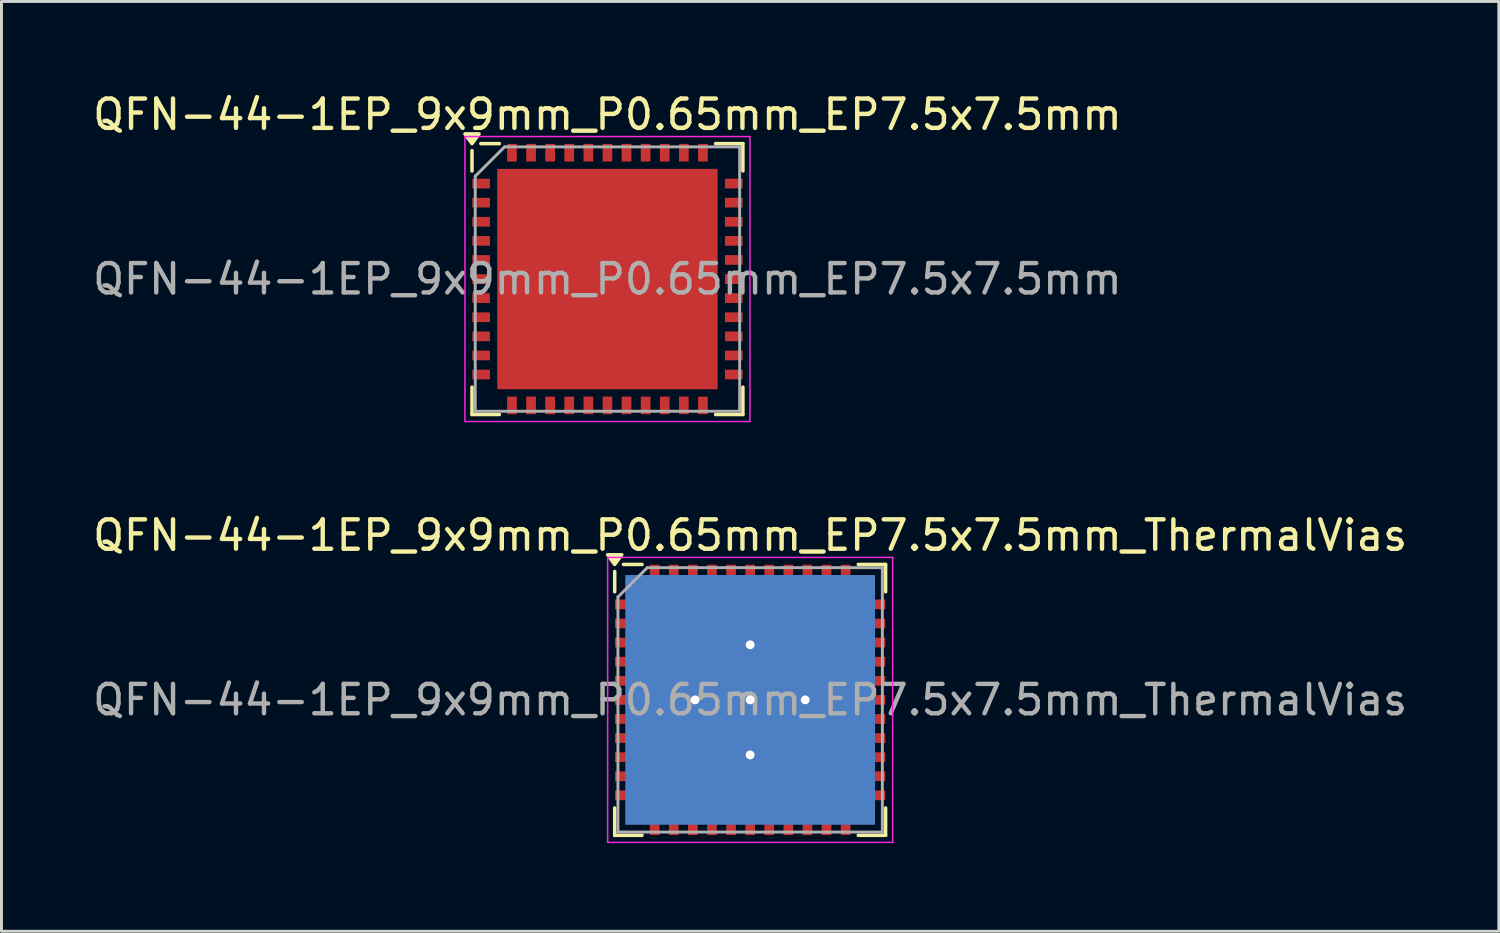
<source format=kicad_pcb>
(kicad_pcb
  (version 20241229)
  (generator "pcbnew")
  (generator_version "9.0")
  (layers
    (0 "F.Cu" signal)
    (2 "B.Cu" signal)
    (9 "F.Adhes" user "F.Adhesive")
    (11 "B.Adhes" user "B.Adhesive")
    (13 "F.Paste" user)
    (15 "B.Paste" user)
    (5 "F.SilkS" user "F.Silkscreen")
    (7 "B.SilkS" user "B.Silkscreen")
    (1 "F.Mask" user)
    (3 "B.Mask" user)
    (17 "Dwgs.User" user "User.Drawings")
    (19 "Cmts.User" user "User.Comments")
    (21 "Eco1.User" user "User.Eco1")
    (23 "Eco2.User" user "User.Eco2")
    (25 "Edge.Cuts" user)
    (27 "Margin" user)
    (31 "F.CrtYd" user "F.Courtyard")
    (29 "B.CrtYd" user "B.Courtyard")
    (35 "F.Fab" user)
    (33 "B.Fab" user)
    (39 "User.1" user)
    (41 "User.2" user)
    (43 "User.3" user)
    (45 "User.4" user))
  (footprint "QFN-44-1EP_9x9mm_P0.65mm_EP7.5x7.5mm"
    (layer "F.Cu")
    (at 17.625 6.448)
    (property "Reference" "QFN-44-1EP_9x9mm_P0.65mm_EP7.5x7.5mm" (at 0 -5.6 0) (layer "F.SilkS") (effects (font (size 1 1) (thickness 0.15))))
    (attr smd)
    (fp_line (start -4.61 -4.37) (end -4.61 -3.68) (stroke (width 0.12) (type solid)) (layer "F.SilkS"))
    (fp_line (start -4.61 4.61) (end -4.61 3.68) (stroke (width 0.12) (type solid)) (layer "F.SilkS"))
    (fp_line (start -3.68 -4.61) (end -4.31 -4.61) (stroke (width 0.12) (type solid)) (layer "F.SilkS"))
    (fp_line (start -3.68 4.61) (end -4.61 4.61) (stroke (width 0.12) (type solid)) (layer "F.SilkS"))
    (fp_line (start 3.68 -4.61) (end 4.61 -4.61) (stroke (width 0.12) (type solid)) (layer "F.SilkS"))
    (fp_line (start 3.68 4.61) (end 4.61 4.61) (stroke (width 0.12) (type solid)) (layer "F.SilkS"))
    (fp_line (start 4.61 -4.61) (end 4.61 -3.68) (stroke (width 0.12) (type solid)) (layer "F.SilkS"))
    (fp_line (start 4.61 4.61) (end 4.61 3.68) (stroke (width 0.12) (type solid)) (layer "F.SilkS"))
    (fp_poly (pts (xy -4.61 -4.61) (xy -4.85 -4.94) (xy -4.37 -4.94) (xy -4.61 -4.61)) (stroke (width 0.12) (type solid)) (fill yes) (layer "F.SilkS"))
    (fp_line (start -4.85 -4.85) (end -4.85 4.85) (stroke (width 0.05) (type solid)) (layer "F.CrtYd"))
    (fp_line (start -4.85 4.85) (end 4.85 4.85) (stroke (width 0.05) (type solid)) (layer "F.CrtYd"))
    (fp_line (start 4.85 -4.85) (end -4.85 -4.85) (stroke (width 0.05) (type solid)) (layer "F.CrtYd"))
    (fp_line (start 4.85 4.85) (end 4.85 -4.85) (stroke (width 0.05) (type solid)) (layer "F.CrtYd"))
    (fp_line (start -4.5 -3.5) (end -3.5 -4.5) (stroke (width 0.1) (type solid)) (layer "F.Fab"))
    (fp_line (start -4.5 4.5) (end -4.5 -3.5) (stroke (width 0.1) (type solid)) (layer "F.Fab"))
    (fp_line (start -3.5 -4.5) (end 4.5 -4.5) (stroke (width 0.1) (type solid)) (layer "F.Fab"))
    (fp_line (start 4.5 -4.5) (end 4.5 4.5) (stroke (width 0.1) (type solid)) (layer "F.Fab"))
    (fp_line (start 4.5 4.5) (end -4.5 4.5) (stroke (width 0.1) (type solid)) (layer "F.Fab"))
    (fp_text user "${REFERENCE}" (at 0 0 0) (layer "F.Fab") (effects (font (size 1 1) (thickness 0.15))))
    (pad "" smd rect (at -1.875 -1.875) (size 2.65 2.65) (layers "F.Paste"))
    (pad "" smd rect (at -1.875 1.875) (size 2.65 2.65) (layers "F.Paste"))
    (pad "" smd rect (at 1.875 -1.875) (size 2.65 2.65) (layers "F.Paste"))
    (pad "" smd rect (at 1.875 1.875) (size 2.65 2.65) (layers "F.Paste"))
    (pad "1" smd rect (at -4.3 -3.25) (size 0.6 0.33) (layers "F.Cu" "F.Mask" "F.Paste"))
    (pad "2" smd rect (at -4.3 -2.6) (size 0.6 0.33) (layers "F.Cu" "F.Mask" "F.Paste"))
    (pad "3" smd rect (at -4.3 -1.95) (size 0.6 0.33) (layers "F.Cu" "F.Mask" "F.Paste"))
    (pad "4" smd rect (at -4.3 -1.3) (size 0.6 0.33) (layers "F.Cu" "F.Mask" "F.Paste"))
    (pad "5" smd rect (at -4.3 -0.65) (size 0.6 0.33) (layers "F.Cu" "F.Mask" "F.Paste"))
    (pad "6" smd rect (at -4.3 0) (size 0.6 0.33) (layers "F.Cu" "F.Mask" "F.Paste"))
    (pad "7" smd rect (at -4.3 0.65) (size 0.6 0.33) (layers "F.Cu" "F.Mask" "F.Paste"))
    (pad "8" smd rect (at -4.3 1.3) (size 0.6 0.33) (layers "F.Cu" "F.Mask" "F.Paste"))
    (pad "9" smd rect (at -4.3 1.95) (size 0.6 0.33) (layers "F.Cu" "F.Mask" "F.Paste"))
    (pad "10" smd rect (at -4.3 2.6) (size 0.6 0.33) (layers "F.Cu" "F.Mask" "F.Paste"))
    (pad "11" smd rect (at -4.3 3.25) (size 0.6 0.33) (layers "F.Cu" "F.Mask" "F.Paste"))
    (pad "12" smd rect (at -3.25 4.3 90) (size 0.6 0.33) (layers "F.Cu" "F.Mask" "F.Paste"))
    (pad "13" smd rect (at -2.6 4.3 90) (size 0.6 0.33) (layers "F.Cu" "F.Mask" "F.Paste"))
    (pad "14" smd rect (at -1.95 4.3 90) (size 0.6 0.33) (layers "F.Cu" "F.Mask" "F.Paste"))
    (pad "15" smd rect (at -1.3 4.3 90) (size 0.6 0.33) (layers "F.Cu" "F.Mask" "F.Paste"))
    (pad "16" smd rect (at -0.65 4.3 90) (size 0.6 0.33) (layers "F.Cu" "F.Mask" "F.Paste"))
    (pad "17" smd rect (at 0 4.3 90) (size 0.6 0.33) (layers "F.Cu" "F.Mask" "F.Paste"))
    (pad "18" smd rect (at 0.65 4.3 90) (size 0.6 0.33) (layers "F.Cu" "F.Mask" "F.Paste"))
    (pad "19" smd rect (at 1.3 4.3 90) (size 0.6 0.33) (layers "F.Cu" "F.Mask" "F.Paste"))
    (pad "20" smd rect (at 1.95 4.3 90) (size 0.6 0.33) (layers "F.Cu" "F.Mask" "F.Paste"))
    (pad "21" smd rect (at 2.6 4.3 90) (size 0.6 0.33) (layers "F.Cu" "F.Mask" "F.Paste"))
    (pad "22" smd rect (at 3.25 4.3 90) (size 0.6 0.33) (layers "F.Cu" "F.Mask" "F.Paste"))
    (pad "23" smd rect (at 4.3 3.25) (size 0.6 0.33) (layers "F.Cu" "F.Mask" "F.Paste"))
    (pad "24" smd rect (at 4.3 2.6) (size 0.6 0.33) (layers "F.Cu" "F.Mask" "F.Paste"))
    (pad "25" smd rect (at 4.3 1.95) (size 0.6 0.33) (layers "F.Cu" "F.Mask" "F.Paste"))
    (pad "26" smd rect (at 4.3 1.3) (size 0.6 0.33) (layers "F.Cu" "F.Mask" "F.Paste"))
    (pad "27" smd rect (at 4.3 0.65) (size 0.6 0.33) (layers "F.Cu" "F.Mask" "F.Paste"))
    (pad "28" smd rect (at 4.3 0) (size 0.6 0.33) (layers "F.Cu" "F.Mask" "F.Paste"))
    (pad "29" smd rect (at 4.3 -0.65) (size 0.6 0.33) (layers "F.Cu" "F.Mask" "F.Paste"))
    (pad "30" smd rect (at 4.3 -1.3) (size 0.6 0.33) (layers "F.Cu" "F.Mask" "F.Paste"))
    (pad "31" smd rect (at 4.3 -1.95) (size 0.6 0.33) (layers "F.Cu" "F.Mask" "F.Paste"))
    (pad "32" smd rect (at 4.3 -2.6) (size 0.6 0.33) (layers "F.Cu" "F.Mask" "F.Paste"))
    (pad "33" smd rect (at 4.3 -3.25) (size 0.6 0.33) (layers "F.Cu" "F.Mask" "F.Paste"))
    (pad "34" smd rect (at 3.25 -4.3 90) (size 0.6 0.33) (layers "F.Cu" "F.Mask" "F.Paste"))
    (pad "35" smd rect (at 2.6 -4.3 90) (size 0.6 0.33) (layers "F.Cu" "F.Mask" "F.Paste"))
    (pad "36" smd rect (at 1.95 -4.3 90) (size 0.6 0.33) (layers "F.Cu" "F.Mask" "F.Paste"))
    (pad "37" smd rect (at 1.3 -4.3 90) (size 0.6 0.33) (layers "F.Cu" "F.Mask" "F.Paste"))
    (pad "38" smd rect (at 0.65 -4.3 90) (size 0.6 0.33) (layers "F.Cu" "F.Mask" "F.Paste"))
    (pad "39" smd rect (at 0 -4.3 90) (size 0.6 0.33) (layers "F.Cu" "F.Mask" "F.Paste"))
    (pad "40" smd rect (at -0.65 -4.3 90) (size 0.6 0.33) (layers "F.Cu" "F.Mask" "F.Paste"))
    (pad "41" smd rect (at -1.3 -4.3 90) (size 0.6 0.33) (layers "F.Cu" "F.Mask" "F.Paste"))
    (pad "42" smd rect (at -1.95 -4.3 90) (size 0.6 0.33) (layers "F.Cu" "F.Mask" "F.Paste"))
    (pad "43" smd rect (at -2.6 -4.3 90) (size 0.6 0.33) (layers "F.Cu" "F.Mask" "F.Paste"))
    (pad "44" smd rect (at -3.25 -4.3 90) (size 0.6 0.33) (layers "F.Cu" "F.Mask" "F.Paste"))
    (pad "45" smd rect (at 0 0) (size 7.5 7.5) (layers "F.Cu" "F.Mask")))
  (footprint "QFN-44-1EP_9x9mm_P0.65mm_EP7.5x7.5mm_ThermalVias"
    (layer "F.Cu")
    (at 22.482 20.771)
    (property "Reference" "QFN-44-1EP_9x9mm_P0.65mm_EP7.5x7.5mm_ThermalVias" (at 0 -5.6 0) (layer "F.SilkS") (effects (font (size 1 1) (thickness 0.15))))
    (attr smd)
    (fp_line (start -4.61 -4.37) (end -4.61 -3.68) (stroke (width 0.12) (type solid)) (layer "F.SilkS"))
    (fp_line (start -4.61 4.61) (end -4.61 3.68) (stroke (width 0.12) (type solid)) (layer "F.SilkS"))
    (fp_line (start -3.68 -4.61) (end -4.31 -4.61) (stroke (width 0.12) (type solid)) (layer "F.SilkS"))
    (fp_line (start -3.68 4.61) (end -4.61 4.61) (stroke (width 0.12) (type solid)) (layer "F.SilkS"))
    (fp_line (start 3.68 -4.61) (end 4.61 -4.61) (stroke (width 0.12) (type solid)) (layer "F.SilkS"))
    (fp_line (start 3.68 4.61) (end 4.61 4.61) (stroke (width 0.12) (type solid)) (layer "F.SilkS"))
    (fp_line (start 4.61 -4.61) (end 4.61 -3.68) (stroke (width 0.12) (type solid)) (layer "F.SilkS"))
    (fp_line (start 4.61 4.61) (end 4.61 3.68) (stroke (width 0.12) (type solid)) (layer "F.SilkS"))
    (fp_poly (pts (xy -4.61 -4.61) (xy -4.85 -4.94) (xy -4.37 -4.94) (xy -4.61 -4.61)) (stroke (width 0.12) (type solid)) (fill yes) (layer "F.SilkS"))
    (fp_line (start -4.85 -4.85) (end -4.85 4.85) (stroke (width 0.05) (type solid)) (layer "F.CrtYd"))
    (fp_line (start -4.85 4.85) (end 4.85 4.85) (stroke (width 0.05) (type solid)) (layer "F.CrtYd"))
    (fp_line (start 4.85 -4.85) (end -4.85 -4.85) (stroke (width 0.05) (type solid)) (layer "F.CrtYd"))
    (fp_line (start 4.85 4.85) (end 4.85 -4.85) (stroke (width 0.05) (type solid)) (layer "F.CrtYd"))
    (fp_line (start -4.5 -3.5) (end -3.5 -4.5) (stroke (width 0.1) (type solid)) (layer "F.Fab"))
    (fp_line (start -4.5 4.5) (end -4.5 -3.5) (stroke (width 0.1) (type solid)) (layer "F.Fab"))
    (fp_line (start -3.5 -4.5) (end 4.5 -4.5) (stroke (width 0.1) (type solid)) (layer "F.Fab"))
    (fp_line (start 4.5 -4.5) (end 4.5 4.5) (stroke (width 0.1) (type solid)) (layer "F.Fab"))
    (fp_line (start 4.5 4.5) (end -4.5 4.5) (stroke (width 0.1) (type solid)) (layer "F.Fab"))
    (fp_text user "${REFERENCE}" (at 0 0 0) (layer "F.Fab") (effects (font (size 1 1) (thickness 0.15))))
    (pad "" smd rect (at -1.875 -1.875) (size 2.65 2.65) (layers "F.Paste"))
    (pad "" smd rect (at -1.875 1.875) (size 2.65 2.65) (layers "F.Paste"))
    (pad "" smd rect (at 1.875 -1.875) (size 2.65 2.65) (layers "F.Paste"))
    (pad "" smd rect (at 1.875 1.875) (size 2.65 2.65) (layers "F.Paste"))
    (pad "1" smd rect (at -4.3 -3.25) (size 0.6 0.33) (layers "F.Cu" "F.Mask" "F.Paste"))
    (pad "2" smd rect (at -4.3 -2.6) (size 0.6 0.33) (layers "F.Cu" "F.Mask" "F.Paste"))
    (pad "3" smd rect (at -4.3 -1.95) (size 0.6 0.33) (layers "F.Cu" "F.Mask" "F.Paste"))
    (pad "4" smd rect (at -4.3 -1.3) (size 0.6 0.33) (layers "F.Cu" "F.Mask" "F.Paste"))
    (pad "5" smd rect (at -4.3 -0.65) (size 0.6 0.33) (layers "F.Cu" "F.Mask" "F.Paste"))
    (pad "6" smd rect (at -4.3 0) (size 0.6 0.33) (layers "F.Cu" "F.Mask" "F.Paste"))
    (pad "7" smd rect (at -4.3 0.65) (size 0.6 0.33) (layers "F.Cu" "F.Mask" "F.Paste"))
    (pad "8" smd rect (at -4.3 1.3) (size 0.6 0.33) (layers "F.Cu" "F.Mask" "F.Paste"))
    (pad "9" smd rect (at -4.3 1.95) (size 0.6 0.33) (layers "F.Cu" "F.Mask" "F.Paste"))
    (pad "10" smd rect (at -4.3 2.6) (size 0.6 0.33) (layers "F.Cu" "F.Mask" "F.Paste"))
    (pad "11" smd rect (at -4.3 3.25) (size 0.6 0.33) (layers "F.Cu" "F.Mask" "F.Paste"))
    (pad "12" smd rect (at -3.25 4.3 90) (size 0.6 0.33) (layers "F.Cu" "F.Mask" "F.Paste"))
    (pad "13" smd rect (at -2.6 4.3 90) (size 0.6 0.33) (layers "F.Cu" "F.Mask" "F.Paste"))
    (pad "14" smd rect (at -1.95 4.3 90) (size 0.6 0.33) (layers "F.Cu" "F.Mask" "F.Paste"))
    (pad "15" smd rect (at -1.3 4.3 90) (size 0.6 0.33) (layers "F.Cu" "F.Mask" "F.Paste"))
    (pad "16" smd rect (at -0.65 4.3 90) (size 0.6 0.33) (layers "F.Cu" "F.Mask" "F.Paste"))
    (pad "17" smd rect (at 0 4.3 90) (size 0.6 0.33) (layers "F.Cu" "F.Mask" "F.Paste"))
    (pad "18" smd rect (at 0.65 4.3 90) (size 0.6 0.33) (layers "F.Cu" "F.Mask" "F.Paste"))
    (pad "19" smd rect (at 1.3 4.3 90) (size 0.6 0.33) (layers "F.Cu" "F.Mask" "F.Paste"))
    (pad "20" smd rect (at 1.95 4.3 90) (size 0.6 0.33) (layers "F.Cu" "F.Mask" "F.Paste"))
    (pad "21" smd rect (at 2.6 4.3 90) (size 0.6 0.33) (layers "F.Cu" "F.Mask" "F.Paste"))
    (pad "22" smd rect (at 3.25 4.3 90) (size 0.6 0.33) (layers "F.Cu" "F.Mask" "F.Paste"))
    (pad "23" smd rect (at 4.3 3.25) (size 0.6 0.33) (layers "F.Cu" "F.Mask" "F.Paste"))
    (pad "24" smd rect (at 4.3 2.6) (size 0.6 0.33) (layers "F.Cu" "F.Mask" "F.Paste"))
    (pad "25" smd rect (at 4.3 1.95) (size 0.6 0.33) (layers "F.Cu" "F.Mask" "F.Paste"))
    (pad "26" smd rect (at 4.3 1.3) (size 0.6 0.33) (layers "F.Cu" "F.Mask" "F.Paste"))
    (pad "27" smd rect (at 4.3 0.65) (size 0.6 0.33) (layers "F.Cu" "F.Mask" "F.Paste"))
    (pad "28" smd rect (at 4.3 0) (size 0.6 0.33) (layers "F.Cu" "F.Mask" "F.Paste"))
    (pad "29" smd rect (at 4.3 -0.65) (size 0.6 0.33) (layers "F.Cu" "F.Mask" "F.Paste"))
    (pad "30" smd rect (at 4.3 -1.3) (size 0.6 0.33) (layers "F.Cu" "F.Mask" "F.Paste"))
    (pad "31" smd rect (at 4.3 -1.95) (size 0.6 0.33) (layers "F.Cu" "F.Mask" "F.Paste"))
    (pad "32" smd rect (at 4.3 -2.6) (size 0.6 0.33) (layers "F.Cu" "F.Mask" "F.Paste"))
    (pad "33" smd rect (at 4.3 -3.25) (size 0.6 0.33) (layers "F.Cu" "F.Mask" "F.Paste"))
    (pad "34" smd rect (at 3.25 -4.3 90) (size 0.6 0.33) (layers "F.Cu" "F.Mask" "F.Paste"))
    (pad "35" smd rect (at 2.6 -4.3 90) (size 0.6 0.33) (layers "F.Cu" "F.Mask" "F.Paste"))
    (pad "36" smd rect (at 1.95 -4.3 90) (size 0.6 0.33) (layers "F.Cu" "F.Mask" "F.Paste"))
    (pad "37" smd rect (at 1.3 -4.3 90) (size 0.6 0.33) (layers "F.Cu" "F.Mask" "F.Paste"))
    (pad "38" smd rect (at 0.65 -4.3 90) (size 0.6 0.33) (layers "F.Cu" "F.Mask" "F.Paste"))
    (pad "39" smd rect (at 0 -4.3 90) (size 0.6 0.33) (layers "F.Cu" "F.Mask" "F.Paste"))
    (pad "40" smd rect (at -0.65 -4.3 90) (size 0.6 0.33) (layers "F.Cu" "F.Mask" "F.Paste"))
    (pad "41" smd rect (at -1.3 -4.3 90) (size 0.6 0.33) (layers "F.Cu" "F.Mask" "F.Paste"))
    (pad "42" smd rect (at -1.95 -4.3 90) (size 0.6 0.33) (layers "F.Cu" "F.Mask" "F.Paste"))
    (pad "43" smd rect (at -2.6 -4.3 90) (size 0.6 0.33) (layers "F.Cu" "F.Mask" "F.Paste"))
    (pad "44" smd rect (at -3.25 -4.3 90) (size 0.6 0.33) (layers "F.Cu" "F.Mask" "F.Paste"))
    (pad "45" thru_hole circle (at -1.875 0) (size 0.6 0.6) (drill 0.3) (layers "*.Cu"))
    (pad "45" thru_hole circle (at 0 -1.875) (size 0.6 0.6) (drill 0.3) (layers "*.Cu"))
    (pad "45" thru_hole circle (at 0 0) (size 0.6 0.6) (drill 0.3) (layers "*.Cu"))
    (pad "45" smd rect (at 0 0) (size 7.5 7.5) (layers "F.Cu" "F.Mask"))
    (pad "45" smd rect (at 0 0) (size 8.5 8.5) (layers "B.Cu"))
    (pad "45" thru_hole circle (at 0 1.875) (size 0.6 0.6) (drill 0.3) (layers "*.Cu"))
    (pad "45" thru_hole circle (at 1.875 0) (size 0.6 0.6) (drill 0.3) (layers "*.Cu")))
  (gr_rect
    (start -3 -3)
    (end 47.964 28.646)
    (stroke (width 0.1) (type default))
    (fill no)
    (layer "Edge.Cuts")))
</source>
